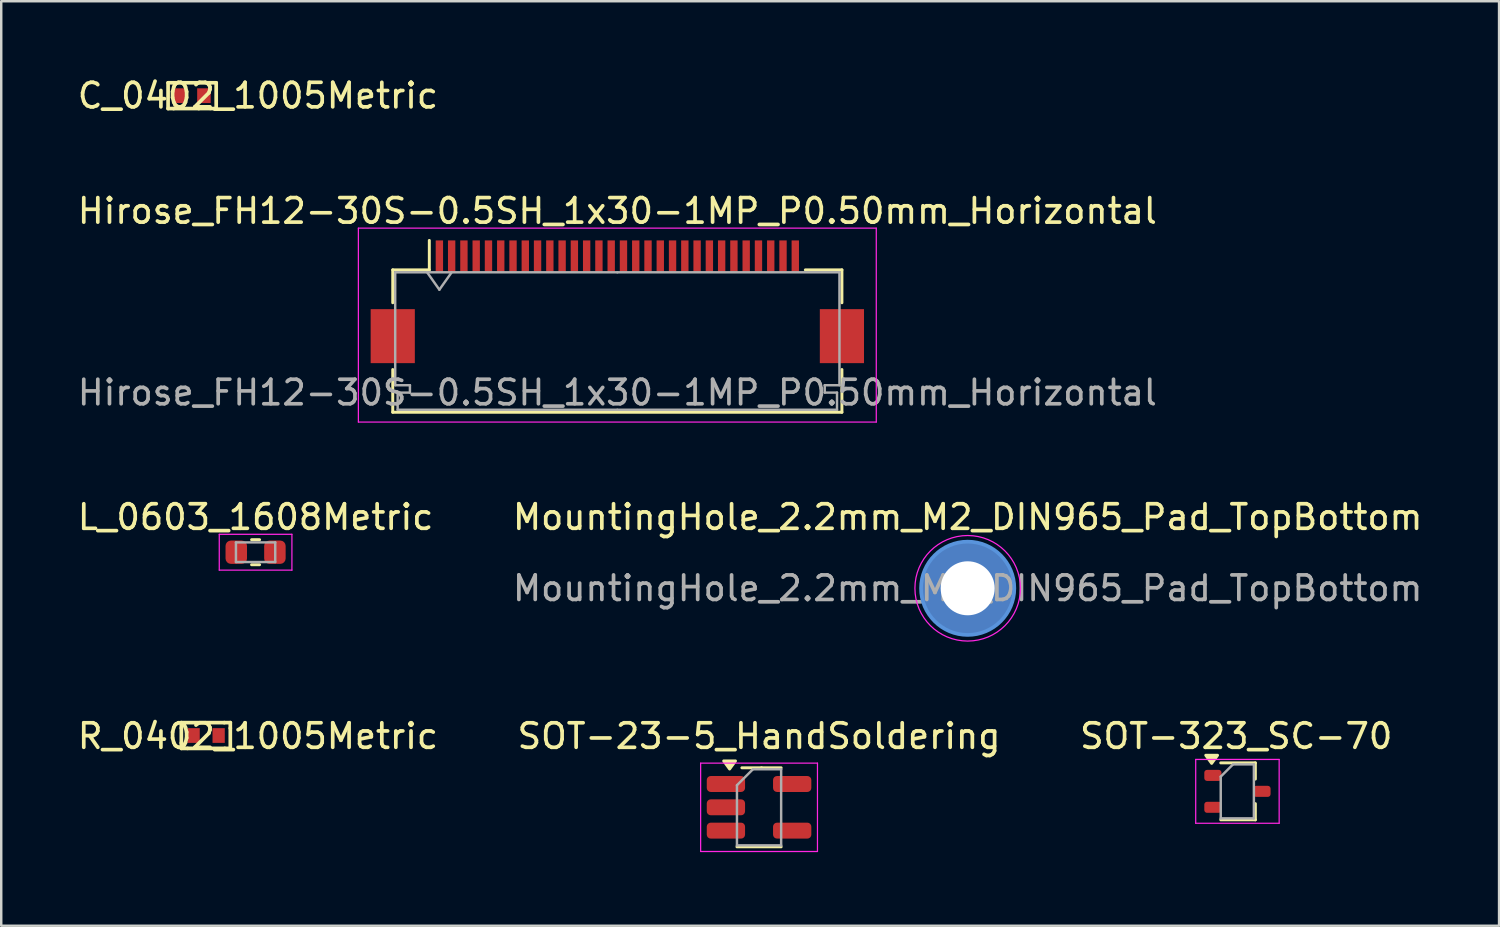
<source format=kicad_pcb>
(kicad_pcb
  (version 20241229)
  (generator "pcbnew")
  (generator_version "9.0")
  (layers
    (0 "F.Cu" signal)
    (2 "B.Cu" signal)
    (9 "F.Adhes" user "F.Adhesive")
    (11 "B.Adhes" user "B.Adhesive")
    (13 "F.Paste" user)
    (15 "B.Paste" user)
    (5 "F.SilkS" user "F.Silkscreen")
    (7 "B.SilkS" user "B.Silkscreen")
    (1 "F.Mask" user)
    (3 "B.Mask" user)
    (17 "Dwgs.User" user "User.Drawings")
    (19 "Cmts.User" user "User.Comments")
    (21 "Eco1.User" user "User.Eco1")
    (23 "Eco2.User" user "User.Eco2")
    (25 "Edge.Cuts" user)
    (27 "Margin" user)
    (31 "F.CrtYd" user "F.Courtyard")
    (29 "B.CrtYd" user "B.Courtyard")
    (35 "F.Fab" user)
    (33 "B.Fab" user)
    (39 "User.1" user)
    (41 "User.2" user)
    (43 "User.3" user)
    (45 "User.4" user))
  (footprint "C_0402_1005Metric"
    (layer "F.Cu")
    (at 4.778 0.848)
    (property "Reference" "C_0402_1005Metric" (at 2.68 0 180) (layer "F.SilkS") (effects (font (size 1 1) (thickness 0.15))))
    (attr smd)
    (fp_line (start -0.98 -0.525) (end -0.755 -0.525) (stroke (width 0.15) (type default)) (layer "F.SilkS"))
    (fp_line (start -0.98 0.525) (end -0.98 -0.525) (stroke (width 0.15) (type default)) (layer "F.SilkS"))
    (fp_line (start -0.755 -0.525) (end 0.745 -0.525) (stroke (width 0.15) (type solid)) (layer "F.SilkS"))
    (fp_line (start -0.755 0.525) (end -0.98 0.525) (stroke (width 0.15) (type default)) (layer "F.SilkS"))
    (fp_line (start 0.27 0.525) (end -0.755 0.525) (stroke (width 0.15) (type solid)) (layer "F.SilkS"))
    (fp_line (start 0.27 0.525) (end 0.72 0.525) (stroke (width 0.15) (type default)) (layer "F.SilkS"))
    (fp_line (start 0.755 0.525) (end 0.98 0.525) (stroke (width 0.15) (type default)) (layer "F.SilkS"))
    (fp_line (start 0.98 -0.525) (end 0.745 -0.525) (stroke (width 0.15) (type default)) (layer "F.SilkS"))
    (fp_line (start 0.98 0.525) (end 0.98 -0.525) (stroke (width 0.15) (type default)) (layer "F.SilkS"))
    (pad "1" smd rect (at -0.48 0) (size 0.55 0.6) (layers "F.Cu" "F.Mask" "F.Paste"))
    (pad "2" smd rect (at 0.48 0) (size 0.55 0.6) (layers "F.Cu" "F.Mask" "F.Paste")))
  (footprint "Hirose_FH12-30S-0.5SH_1x30-1MP_P0.50mm_Horizontal"
    (layer "F.Cu")
    (at 22.101 9.245)
    (property "Reference" "Hirose_FH12-30S-0.5SH_1x30-1MP_P0.50mm_Horizontal" (at 0 -3.7 0) (layer "F.SilkS") (effects (font (size 1 1) (thickness 0.15))))
    (attr smd)
    (fp_line (start -9.15 -1.3) (end -9.15 0.04) (stroke (width 0.12) (type solid)) (layer "F.SilkS"))
    (fp_line (start -9.15 2.76) (end -9.15 4.5) (stroke (width 0.12) (type solid)) (layer "F.SilkS"))
    (fp_line (start -9.15 4.5) (end 9.15 4.5) (stroke (width 0.12) (type solid)) (layer "F.SilkS"))
    (fp_line (start -7.66 -1.3) (end -9.15 -1.3) (stroke (width 0.12) (type solid)) (layer "F.SilkS"))
    (fp_line (start -7.66 -1.3) (end -7.66 -2.5) (stroke (width 0.12) (type solid)) (layer "F.SilkS"))
    (fp_line (start 7.66 -1.3) (end 9.15 -1.3) (stroke (width 0.12) (type solid)) (layer "F.SilkS"))
    (fp_line (start 9.15 -1.3) (end 9.15 0.04) (stroke (width 0.12) (type solid)) (layer "F.SilkS"))
    (fp_line (start 9.15 4.5) (end 9.15 2.76) (stroke (width 0.12) (type solid)) (layer "F.SilkS"))
    (fp_line (start -10.55 -3) (end -10.55 4.9) (stroke (width 0.05) (type solid)) (layer "F.CrtYd"))
    (fp_line (start -10.55 4.9) (end 10.55 4.9) (stroke (width 0.05) (type solid)) (layer "F.CrtYd"))
    (fp_line (start 10.55 -3) (end -10.55 -3) (stroke (width 0.05) (type solid)) (layer "F.CrtYd"))
    (fp_line (start 10.55 4.9) (end 10.55 -3) (stroke (width 0.05) (type solid)) (layer "F.CrtYd"))
    (fp_line (start -9.05 -1.2) (end -9.05 3.4) (stroke (width 0.1) (type solid)) (layer "F.Fab"))
    (fp_line (start -9.05 3.4) (end -8.45 3.4) (stroke (width 0.1) (type solid)) (layer "F.Fab"))
    (fp_line (start -8.95 3.7) (end -8.95 4.4) (stroke (width 0.1) (type solid)) (layer "F.Fab"))
    (fp_line (start -8.95 4.4) (end 0 4.4) (stroke (width 0.1) (type solid)) (layer "F.Fab"))
    (fp_line (start -8.45 3.4) (end -8.45 3.7) (stroke (width 0.1) (type solid)) (layer "F.Fab"))
    (fp_line (start -8.45 3.7) (end -8.95 3.7) (stroke (width 0.1) (type solid)) (layer "F.Fab"))
    (fp_line (start -7.75 -1.2) (end -7.25 -0.493) (stroke (width 0.1) (type solid)) (layer "F.Fab"))
    (fp_line (start -7.25 -0.493) (end -6.75 -1.2) (stroke (width 0.1) (type solid)) (layer "F.Fab"))
    (fp_line (start 0 -1.2) (end -9.05 -1.2) (stroke (width 0.1) (type solid)) (layer "F.Fab"))
    (fp_line (start 0 -1.2) (end 9.05 -1.2) (stroke (width 0.1) (type solid)) (layer "F.Fab"))
    (fp_line (start 8.45 3.4) (end 8.45 3.7) (stroke (width 0.1) (type solid)) (layer "F.Fab"))
    (fp_line (start 8.45 3.7) (end 8.95 3.7) (stroke (width 0.1) (type solid)) (layer "F.Fab"))
    (fp_line (start 8.95 3.7) (end 8.95 4.4) (stroke (width 0.1) (type solid)) (layer "F.Fab"))
    (fp_line (start 8.95 4.4) (end 0 4.4) (stroke (width 0.1) (type solid)) (layer "F.Fab"))
    (fp_line (start 9.05 -1.2) (end 9.05 3.4) (stroke (width 0.1) (type solid)) (layer "F.Fab"))
    (fp_line (start 9.05 3.4) (end 8.45 3.4) (stroke (width 0.1) (type solid)) (layer "F.Fab"))
    (fp_text user "${REFERENCE}" (at 0 3.7 0) (layer "F.Fab") (effects (font (size 1 1) (thickness 0.15))))
    (pad "1" smd rect (at -7.25 -1.85) (size 0.3 1.3) (layers "F.Cu" "F.Mask" "F.Paste"))
    (pad "2" smd rect (at -6.75 -1.85) (size 0.3 1.3) (layers "F.Cu" "F.Mask" "F.Paste"))
    (pad "3" smd rect (at -6.25 -1.85) (size 0.3 1.3) (layers "F.Cu" "F.Mask" "F.Paste"))
    (pad "4" smd rect (at -5.75 -1.85) (size 0.3 1.3) (layers "F.Cu" "F.Mask" "F.Paste"))
    (pad "5" smd rect (at -5.25 -1.85) (size 0.3 1.3) (layers "F.Cu" "F.Mask" "F.Paste"))
    (pad "6" smd rect (at -4.75 -1.85) (size 0.3 1.3) (layers "F.Cu" "F.Mask" "F.Paste"))
    (pad "7" smd rect (at -4.25 -1.85) (size 0.3 1.3) (layers "F.Cu" "F.Mask" "F.Paste"))
    (pad "8" smd rect (at -3.75 -1.85) (size 0.3 1.3) (layers "F.Cu" "F.Mask" "F.Paste"))
    (pad "9" smd rect (at -3.25 -1.85) (size 0.3 1.3) (layers "F.Cu" "F.Mask" "F.Paste"))
    (pad "10" smd rect (at -2.75 -1.85) (size 0.3 1.3) (layers "F.Cu" "F.Mask" "F.Paste"))
    (pad "11" smd rect (at -2.25 -1.85) (size 0.3 1.3) (layers "F.Cu" "F.Mask" "F.Paste"))
    (pad "12" smd rect (at -1.75 -1.85) (size 0.3 1.3) (layers "F.Cu" "F.Mask" "F.Paste"))
    (pad "13" smd rect (at -1.25 -1.85) (size 0.3 1.3) (layers "F.Cu" "F.Mask" "F.Paste"))
    (pad "14" smd rect (at -0.75 -1.85) (size 0.3 1.3) (layers "F.Cu" "F.Mask" "F.Paste"))
    (pad "15" smd rect (at -0.25 -1.85) (size 0.3 1.3) (layers "F.Cu" "F.Mask" "F.Paste"))
    (pad "16" smd rect (at 0.25 -1.85) (size 0.3 1.3) (layers "F.Cu" "F.Mask" "F.Paste"))
    (pad "17" smd rect (at 0.75 -1.85) (size 0.3 1.3) (layers "F.Cu" "F.Mask" "F.Paste"))
    (pad "18" smd rect (at 1.25 -1.85) (size 0.3 1.3) (layers "F.Cu" "F.Mask" "F.Paste"))
    (pad "19" smd rect (at 1.75 -1.85) (size 0.3 1.3) (layers "F.Cu" "F.Mask" "F.Paste"))
    (pad "20" smd rect (at 2.25 -1.85) (size 0.3 1.3) (layers "F.Cu" "F.Mask" "F.Paste"))
    (pad "21" smd rect (at 2.75 -1.85) (size 0.3 1.3) (layers "F.Cu" "F.Mask" "F.Paste"))
    (pad "22" smd rect (at 3.25 -1.85) (size 0.3 1.3) (layers "F.Cu" "F.Mask" "F.Paste"))
    (pad "23" smd rect (at 3.75 -1.85) (size 0.3 1.3) (layers "F.Cu" "F.Mask" "F.Paste"))
    (pad "24" smd rect (at 4.25 -1.85) (size 0.3 1.3) (layers "F.Cu" "F.Mask" "F.Paste"))
    (pad "25" smd rect (at 4.75 -1.85) (size 0.3 1.3) (layers "F.Cu" "F.Mask" "F.Paste"))
    (pad "26" smd rect (at 5.25 -1.85) (size 0.3 1.3) (layers "F.Cu" "F.Mask" "F.Paste"))
    (pad "27" smd rect (at 5.75 -1.85) (size 0.3 1.3) (layers "F.Cu" "F.Mask" "F.Paste"))
    (pad "28" smd rect (at 6.25 -1.85) (size 0.3 1.3) (layers "F.Cu" "F.Mask" "F.Paste"))
    (pad "29" smd rect (at 6.75 -1.85) (size 0.3 1.3) (layers "F.Cu" "F.Mask" "F.Paste"))
    (pad "30" smd rect (at 7.25 -1.85) (size 0.3 1.3) (layers "F.Cu" "F.Mask" "F.Paste"))
    (pad "MP" smd rect (at -9.15 1.4) (size 1.8 2.2) (layers "F.Cu" "F.Mask" "F.Paste"))
    (pad "MP" smd rect (at 9.15 1.4) (size 1.8 2.2) (layers "F.Cu" "F.Mask" "F.Paste")))
  (footprint "SOT-23-5_HandSoldering"
    (layer "F.Cu")
    (at 27.875 29.841)
    (property "Reference" "SOT-23-5_HandSoldering" (at 0 -2.9 180) (layer "F.SilkS") (effects (font (size 1 1) (thickness 0.15))))
    (attr smd)
    (fp_line (start -0.9 1.61) (end 0.9 1.61) (stroke (width 0.12) (type solid)) (layer "F.SilkS"))
    (fp_line (start 0.1 -1.61) (end -0.7 -1.61) (stroke (width 0.12) (type solid)) (layer "F.SilkS"))
    (fp_line (start 0.1 -1.61) (end 0.9 -1.61) (stroke (width 0.12) (type solid)) (layer "F.SilkS"))
    (fp_poly (pts (xy -1.2 -1.56) (xy -1.44 -1.89) (xy -0.96 -1.89) (xy -1.2 -1.56)) (stroke (width 0.12) (type solid)) (fill yes) (layer "F.SilkS"))
    (fp_line (start -2.38 -1.8) (end -2.38 1.8) (stroke (width 0.05) (type solid)) (layer "F.CrtYd"))
    (fp_line (start -2.38 -1.8) (end 2.38 -1.8) (stroke (width 0.05) (type solid)) (layer "F.CrtYd"))
    (fp_line (start 2.38 1.8) (end -2.38 1.8) (stroke (width 0.05) (type solid)) (layer "F.CrtYd"))
    (fp_line (start 2.38 1.8) (end 2.38 -1.8) (stroke (width 0.05) (type solid)) (layer "F.CrtYd"))
    (fp_line (start -0.9 -0.9) (end -0.9 1.55) (stroke (width 0.1) (type solid)) (layer "F.Fab"))
    (fp_line (start -0.9 -0.9) (end -0.25 -1.55) (stroke (width 0.1) (type solid)) (layer "F.Fab"))
    (fp_line (start 0.9 -1.55) (end -0.25 -1.55) (stroke (width 0.1) (type solid)) (layer "F.Fab"))
    (fp_line (start 0.9 -1.55) (end 0.9 1.55) (stroke (width 0.1) (type solid)) (layer "F.Fab"))
    (fp_line (start 0.9 1.55) (end -0.9 1.55) (stroke (width 0.1) (type solid)) (layer "F.Fab"))
    (pad "1" smd roundrect (at -1.35 -0.95) (size 1.56 0.65) (layers "F.Cu" "F.Mask" "F.Paste") (roundrect_rratio 0.25))
    (pad "2" smd roundrect (at -1.35 0) (size 1.56 0.65) (layers "F.Cu" "F.Mask" "F.Paste") (roundrect_rratio 0.25))
    (pad "3" smd roundrect (at -1.35 0.95) (size 1.56 0.65) (layers "F.Cu" "F.Mask" "F.Paste") (roundrect_rratio 0.25))
    (pad "4" smd roundrect (at 1.35 0.95) (size 1.56 0.65) (layers "F.Cu" "F.Mask" "F.Paste") (roundrect_rratio 0.25))
    (pad "5" smd roundrect (at 1.35 -0.95) (size 1.56 0.65) (layers "F.Cu" "F.Mask" "F.Paste") (roundrect_rratio 0.25)))
  (footprint "SOT-323_SC-70"
    (layer "F.Cu")
    (at 47.365 29.191)
    (property "Reference" "SOT-323_SC-70" (at -0.05 -2.25 0) (layer "F.SilkS") (effects (font (size 1 1) (thickness 0.15))))
    (attr smd)
    (fp_line (start -0.68 -1.16) (end 0.73 -1.16) (stroke (width 0.12) (type solid)) (layer "F.SilkS"))
    (fp_line (start -0.68 1.16) (end 0.73 1.16) (stroke (width 0.12) (type solid)) (layer "F.SilkS"))
    (fp_line (start 0.73 -1.16) (end 0.73 -0.5) (stroke (width 0.12) (type solid)) (layer "F.SilkS"))
    (fp_line (start 0.73 0.5) (end 0.73 1.16) (stroke (width 0.12) (type solid)) (layer "F.SilkS"))
    (fp_poly (pts (xy -1.05 -1.14) (xy -1.29 -1.47) (xy -0.81 -1.47) (xy -1.05 -1.14)) (stroke (width 0.12) (type solid)) (fill yes) (layer "F.SilkS"))
    (fp_line (start -1.7 -1.3) (end 1.7 -1.3) (stroke (width 0.05) (type solid)) (layer "F.CrtYd"))
    (fp_line (start -1.7 1.3) (end -1.7 -1.3) (stroke (width 0.05) (type solid)) (layer "F.CrtYd"))
    (fp_line (start 1.7 -1.3) (end 1.7 1.3) (stroke (width 0.05) (type solid)) (layer "F.CrtYd"))
    (fp_line (start 1.7 1.3) (end -1.7 1.3) (stroke (width 0.05) (type solid)) (layer "F.CrtYd"))
    (fp_line (start -0.68 -0.6) (end -0.68 1.1) (stroke (width 0.1) (type solid)) (layer "F.Fab"))
    (fp_line (start -0.18 -1.1) (end -0.68 -0.6) (stroke (width 0.1) (type solid)) (layer "F.Fab"))
    (fp_line (start 0.67 -1.1) (end -0.18 -1.1) (stroke (width 0.1) (type solid)) (layer "F.Fab"))
    (fp_line (start 0.67 -1.1) (end 0.67 1.1) (stroke (width 0.1) (type solid)) (layer "F.Fab"))
    (fp_line (start 0.67 1.1) (end -0.68 1.1) (stroke (width 0.1) (type solid)) (layer "F.Fab"))
    (pad "1" smd roundrect (at -1 -0.65 270) (size 0.45 0.7) (layers "F.Cu" "F.Mask" "F.Paste") (roundrect_rratio 0.25))
    (pad "2" smd roundrect (at -1 0.65 270) (size 0.45 0.7) (layers "F.Cu" "F.Mask" "F.Paste") (roundrect_rratio 0.25))
    (pad "3" smd roundrect (at 1 0 270) (size 0.45 0.7) (layers "F.Cu" "F.Mask" "F.Paste") (roundrect_rratio 0.25)))
  (footprint "MountingHole_2.2mm_M2_DIN965_Pad_TopBottom"
    (layer "F.Cu")
    (at 36.375 20.918)
    (property "Reference" "MountingHole_2.2mm_M2_DIN965_Pad_TopBottom" (at 0 -2.9 0) (layer "F.SilkS") (effects (font (size 1 1) (thickness 0.15))))
    (attr exclude_from_pos_files)
    (fp_circle (center 0 0) (end 1.9 0) (stroke (width 0.15) (type solid)) (fill no) (layer "Cmts.User"))
    (fp_circle (center 0 0) (end 2.15 0) (stroke (width 0.05) (type solid)) (fill no) (layer "F.CrtYd"))
    (fp_text user "${REFERENCE}" (at 0 0 0) (layer "F.Fab") (effects (font (size 1 1) (thickness 0.15))))
    (pad "1" thru_hole circle (at 0 0) (size 2.6 2.6) (drill 2.2) (layers "*.Cu" "*.Mask"))
    (pad "1" connect circle (at 0 0) (size 3.8 3.8) (layers "F.Cu" "F.Mask"))
    (pad "1" connect circle (at 0 0) (size 3.8 3.8) (layers "B.Cu" "B.Mask")))
  (footprint "R_0402_1005Metric"
    (layer "F.Cu")
    (at 5.258 26.941)
    (property "Reference" "R_0402_1005Metric" (at 2.2 0 180) (layer "F.SilkS") (effects (font (size 1 1) (thickness 0.15))))
    (attr smd)
    (fp_line (start -0.92 -0.55) (end 0.83 -0.55) (stroke (width 0.15) (type default)) (layer "F.SilkS"))
    (fp_line (start -0.92 -0.325) (end -0.92 -0.55) (stroke (width 0.15) (type default)) (layer "F.SilkS"))
    (fp_line (start -0.92 0.275) (end -0.92 -0.325) (stroke (width 0.15) (type default)) (layer "F.SilkS"))
    (fp_line (start -0.92 0.275) (end -0.92 0.5) (stroke (width 0.15) (type solid)) (layer "F.SilkS"))
    (fp_line (start -0.92 0.5) (end -0.67 0.5) (stroke (width 0.15) (type default)) (layer "F.SilkS"))
    (fp_line (start -0.67 0.5) (end 0.85 0.5) (stroke (width 0.15) (type default)) (layer "F.SilkS"))
    (fp_line (start 0.85 0.5) (end 1.075 0.5) (stroke (width 0.15) (type default)) (layer "F.SilkS"))
    (fp_line (start 1.075 -0.55) (end 0.83 -0.55) (stroke (width 0.15) (type default)) (layer "F.SilkS"))
    (fp_line (start 1.075 -0.325) (end 1.075 -0.55) (stroke (width 0.15) (type default)) (layer "F.SilkS"))
    (fp_line (start 1.075 0.5) (end 1.075 -0.325) (stroke (width 0.15) (type default)) (layer "F.SilkS"))
    (pad "1" smd rect (at -0.42 -0.025) (size 0.5 0.6) (layers "F.Cu" "F.Mask" "F.Paste"))
    (pad "2" smd rect (at 0.6 -0.025) (size 0.5 0.6) (layers "F.Cu" "F.Mask" "F.Paste")))
  (footprint "L_0603_1608Metric"
    (layer "F.Cu")
    (at 7.363 19.448)
    (property "Reference" "L_0603_1608Metric" (at 0 -1.43 0) (layer "F.SilkS") (effects (font (size 1 1) (thickness 0.15))))
    (attr smd dnp)
    (fp_line (start -0.163 -0.51) (end 0.163 -0.51) (stroke (width 0.12) (type solid)) (layer "F.SilkS"))
    (fp_line (start -0.163 0.51) (end 0.163 0.51) (stroke (width 0.12) (type solid)) (layer "F.SilkS"))
    (fp_line (start -1.48 -0.73) (end 1.48 -0.73) (stroke (width 0.05) (type solid)) (layer "F.CrtYd"))
    (fp_line (start -1.48 0.73) (end -1.48 -0.73) (stroke (width 0.05) (type solid)) (layer "F.CrtYd"))
    (fp_line (start 1.48 -0.73) (end 1.48 0.73) (stroke (width 0.05) (type solid)) (layer "F.CrtYd"))
    (fp_line (start 1.48 0.73) (end -1.48 0.73) (stroke (width 0.05) (type solid)) (layer "F.CrtYd"))
    (fp_line (start -0.8 -0.4) (end 0.8 -0.4) (stroke (width 0.1) (type solid)) (layer "F.Fab"))
    (fp_line (start -0.8 0.4) (end -0.8 -0.4) (stroke (width 0.1) (type solid)) (layer "F.Fab"))
    (fp_line (start 0.8 -0.4) (end 0.8 0.4) (stroke (width 0.1) (type solid)) (layer "F.Fab"))
    (fp_line (start 0.8 0.4) (end -0.8 0.4) (stroke (width 0.1) (type solid)) (layer "F.Fab"))
    (pad "1" smd roundrect (at -0.787 0) (size 0.875 0.95) (layers "F.Cu" "F.Mask" "F.Paste") (roundrect_rratio 0.25))
    (pad "2" smd roundrect (at 0.787 0) (size 0.875 0.95) (layers "F.Cu" "F.Mask" "F.Paste") (roundrect_rratio 0.25)))
  (gr_rect
    (start -3 -3)
    (end 58.024 34.666)
    (stroke (width 0.1) (type default))
    (fill no)
    (layer "Edge.Cuts")))
</source>
